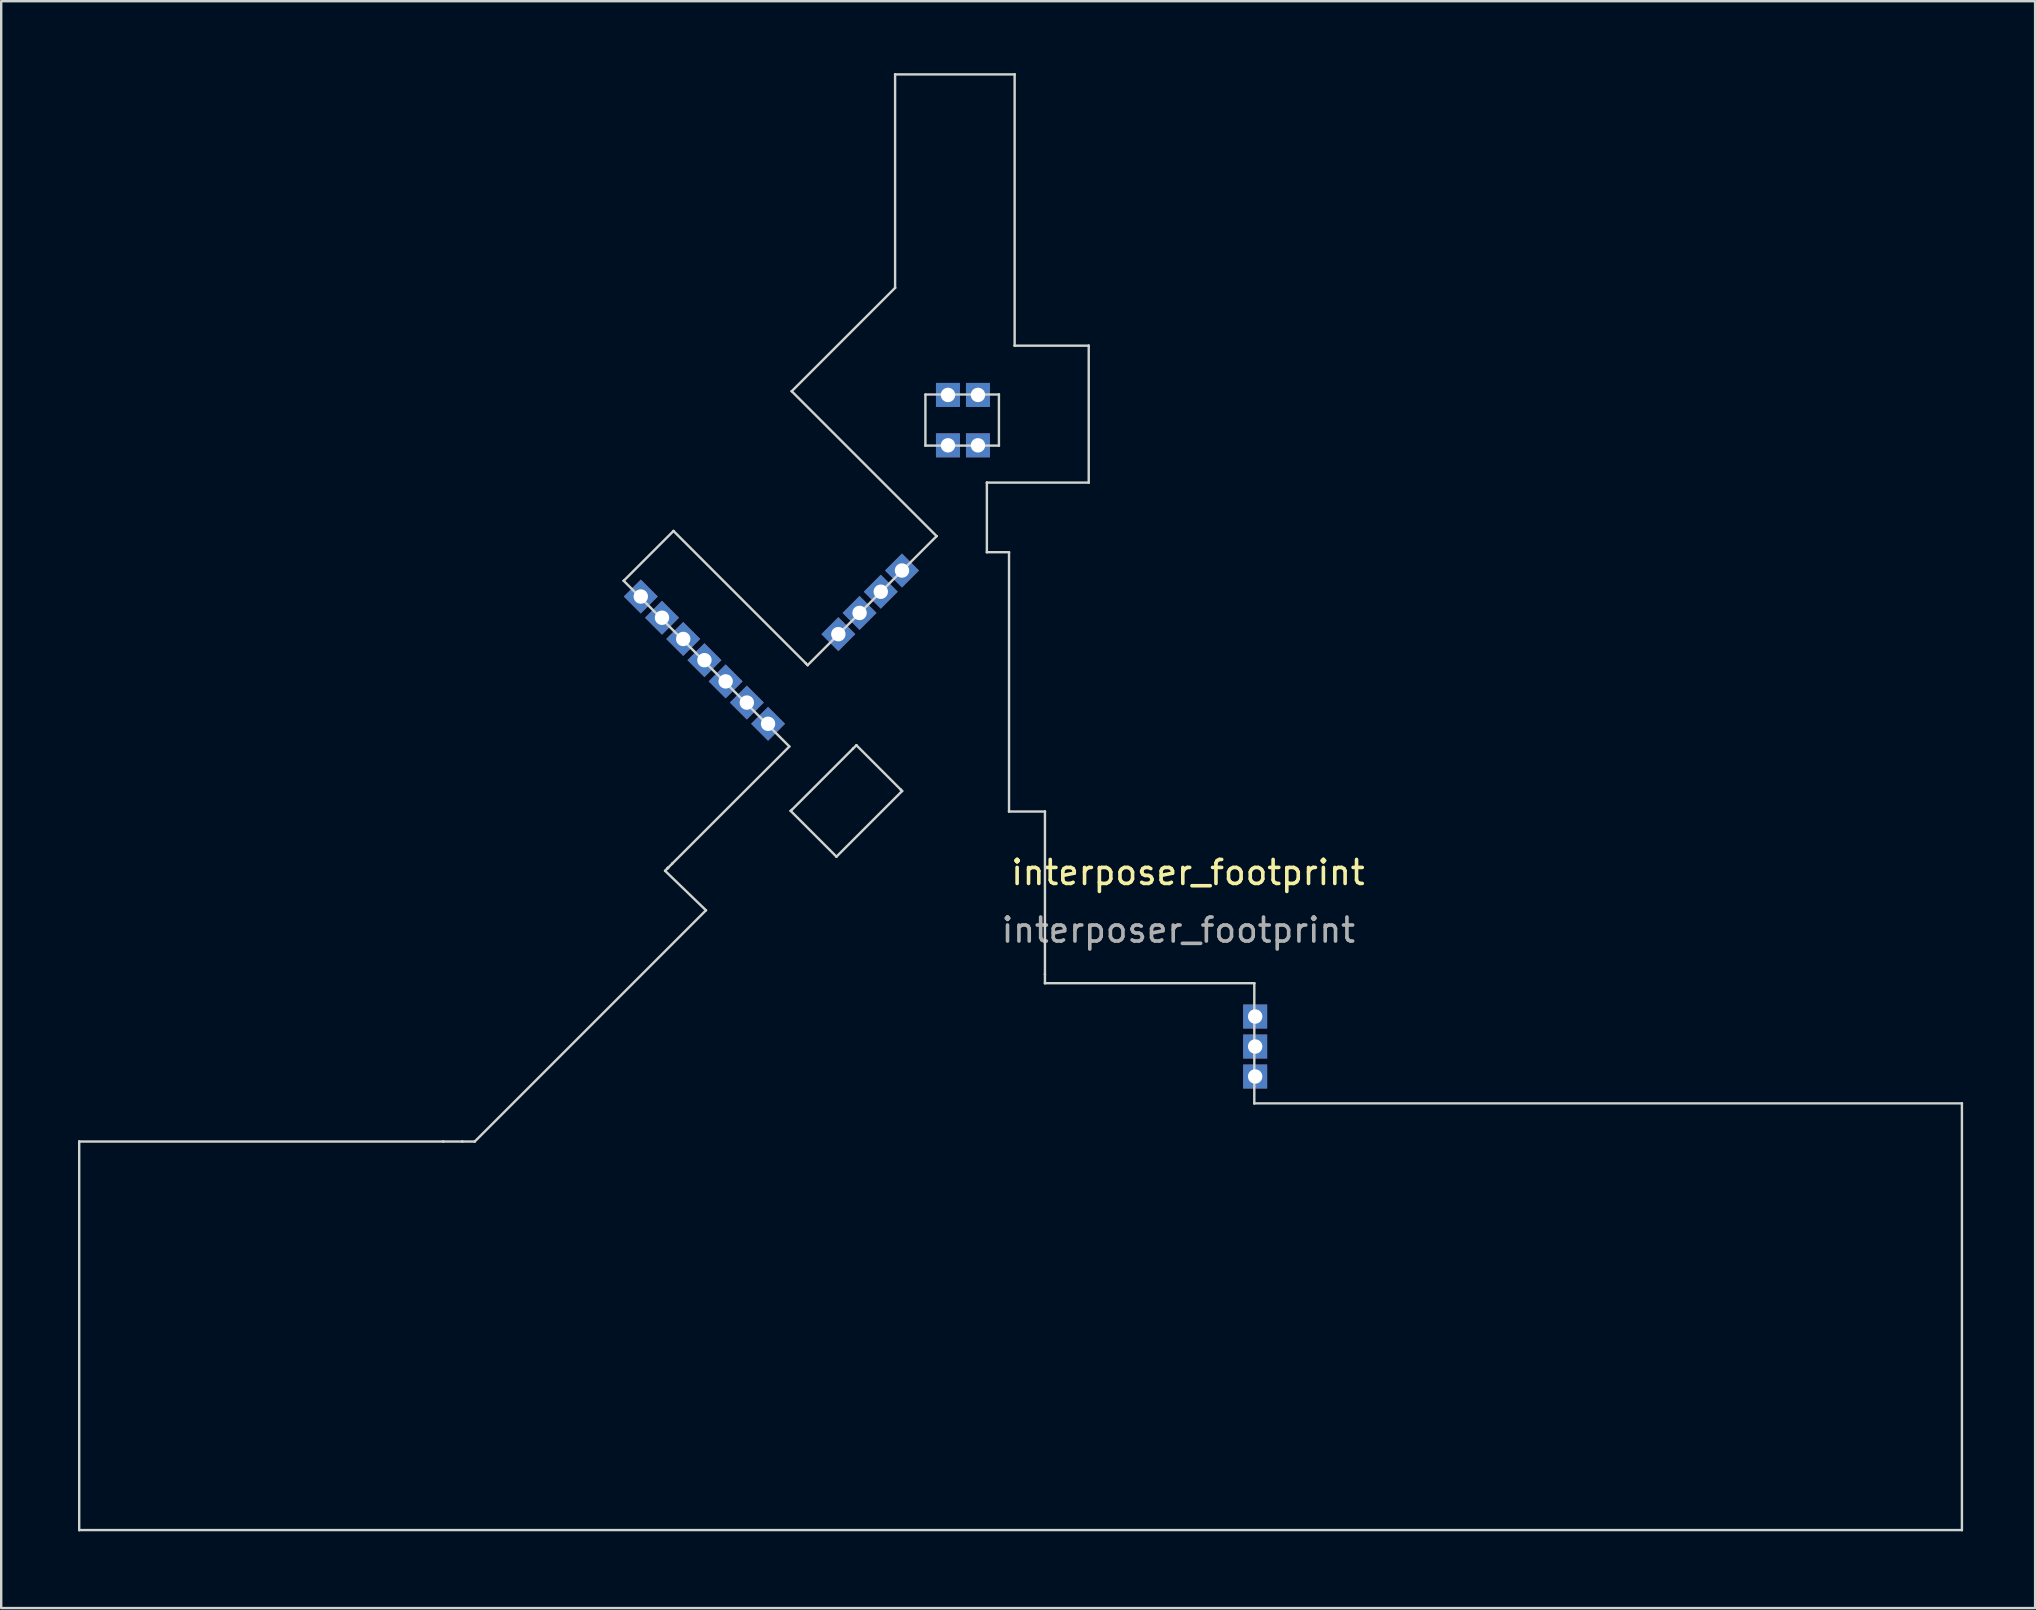
<source format=kicad_pcb>
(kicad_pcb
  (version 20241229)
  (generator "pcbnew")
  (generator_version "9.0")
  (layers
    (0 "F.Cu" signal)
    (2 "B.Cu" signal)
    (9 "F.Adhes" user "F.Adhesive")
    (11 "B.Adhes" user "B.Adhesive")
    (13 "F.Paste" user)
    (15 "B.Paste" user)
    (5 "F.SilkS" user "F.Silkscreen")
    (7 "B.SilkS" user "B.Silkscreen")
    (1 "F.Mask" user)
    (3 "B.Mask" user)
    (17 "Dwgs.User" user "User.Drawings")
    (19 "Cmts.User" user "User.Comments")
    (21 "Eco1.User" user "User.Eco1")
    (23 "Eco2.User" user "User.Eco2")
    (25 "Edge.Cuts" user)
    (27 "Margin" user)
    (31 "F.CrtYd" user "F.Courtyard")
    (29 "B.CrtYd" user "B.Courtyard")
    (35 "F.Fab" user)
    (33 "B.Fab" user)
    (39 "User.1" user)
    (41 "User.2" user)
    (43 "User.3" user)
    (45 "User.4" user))
  (footprint "interposer_footprint"
    (layer "F.Cu")
    (at 0.25 60.706)
    (property "Reference" "interposer_footprint" (at 46.2 -27.4 0) (unlocked yes) (layer "F.SilkS") (effects (font (size 1 1) (thickness 0.15))))
    (attr smd)
    (fp_line (start 0 -16.191) (end 0 -16.191) (stroke (width 0.1) (type solid)) (layer "Edge.Cuts"))
    (fp_line (start 0 -16.191) (end 15.171 -16.191) (stroke (width 0.1) (type solid)) (layer "Edge.Cuts"))
    (fp_line (start 0 0) (end 0 -16.191) (stroke (width 0.1) (type solid)) (layer "Edge.Cuts"))
    (fp_line (start 0 0) (end 0 0) (stroke (width 0.1) (type solid)) (layer "Edge.Cuts"))
    (fp_line (start 15.171 -16.191) (end 15.171 -16.191) (stroke (width 0.1) (type solid)) (layer "Edge.Cuts"))
    (fp_line (start 15.171 -16.191) (end 15.966 -16.191) (stroke (width 0.1) (type solid)) (layer "Edge.Cuts"))
    (fp_line (start 15.966 -16.191) (end 15.966 -16.191) (stroke (width 0.1) (type solid)) (layer "Edge.Cuts"))
    (fp_line (start 15.966 -16.191) (end 16.481 -16.191) (stroke (width 0.1) (type solid)) (layer "Edge.Cuts"))
    (fp_line (start 16.481 -16.191) (end 16.481 -16.191) (stroke (width 0.1) (type solid)) (layer "Edge.Cuts"))
    (fp_line (start 16.481 -16.191) (end 26.116 -25.826) (stroke (width 0.1) (type solid)) (layer "Edge.Cuts"))
    (fp_line (start 22.688 -39.555) (end 22.688 -39.555) (stroke (width 0.1) (type solid)) (layer "Edge.Cuts"))
    (fp_line (start 22.688 -39.555) (end 24.763 -41.631) (stroke (width 0.1) (type solid)) (layer "Edge.Cuts"))
    (fp_line (start 24.412 -27.471) (end 24.412 -27.471) (stroke (width 0.1) (type solid)) (layer "Edge.Cuts"))
    (fp_line (start 24.412 -27.471) (end 24.496 -27.556) (stroke (width 0.1) (type solid)) (layer "Edge.Cuts"))
    (fp_line (start 24.496 -27.556) (end 24.496 -27.556) (stroke (width 0.1) (type solid)) (layer "Edge.Cuts"))
    (fp_line (start 24.496 -27.556) (end 24.519 -27.579) (stroke (width 0.1) (type solid)) (layer "Edge.Cuts"))
    (fp_line (start 24.519 -27.579) (end 24.519 -27.579) (stroke (width 0.1) (type solid)) (layer "Edge.Cuts"))
    (fp_line (start 24.519 -27.579) (end 24.555 -27.615) (stroke (width 0.1) (type solid)) (layer "Edge.Cuts"))
    (fp_line (start 24.555 -27.615) (end 24.555 -27.615) (stroke (width 0.1) (type solid)) (layer "Edge.Cuts"))
    (fp_line (start 24.555 -27.615) (end 24.71 -27.77) (stroke (width 0.1) (type solid)) (layer "Edge.Cuts"))
    (fp_line (start 24.71 -27.77) (end 24.71 -27.77) (stroke (width 0.1) (type solid)) (layer "Edge.Cuts"))
    (fp_line (start 24.71 -27.77) (end 29.592 -32.651) (stroke (width 0.1) (type solid)) (layer "Edge.Cuts"))
    (fp_line (start 24.763 -41.631) (end 24.763 -41.631) (stroke (width 0.1) (type solid)) (layer "Edge.Cuts"))
    (fp_line (start 24.763 -41.631) (end 30.278 -36.116) (stroke (width 0.1) (type solid)) (layer "Edge.Cuts"))
    (fp_line (start 26.116 -25.826) (end 24.412 -27.471) (stroke (width 0.1) (type solid)) (layer "Edge.Cuts"))
    (fp_line (start 26.116 -25.826) (end 26.116 -25.826) (stroke (width 0.1) (type solid)) (layer "Edge.Cuts"))
    (fp_line (start 29.592 -32.651) (end 22.688 -39.555) (stroke (width 0.1) (type solid)) (layer "Edge.Cuts"))
    (fp_line (start 29.646 -29.967) (end 29.646 -29.967) (stroke (width 0.1) (type solid)) (layer "Edge.Cuts"))
    (fp_line (start 29.646 -29.967) (end 29.694 -30.012) (stroke (width 0.1) (type solid)) (layer "Edge.Cuts"))
    (fp_line (start 29.689 -47.454) (end 29.689 -47.454) (stroke (width 0.1) (type solid)) (layer "Edge.Cuts"))
    (fp_line (start 29.689 -47.454) (end 33.997 -51.761) (stroke (width 0.1) (type solid)) (layer "Edge.Cuts"))
    (fp_line (start 29.694 -30.012) (end 32.243 -32.562) (stroke (width 0.1) (type solid)) (layer "Edge.Cuts"))
    (fp_line (start 30.278 -36.116) (end 30.278 -36.116) (stroke (width 0.1) (type solid)) (layer "Edge.Cuts"))
    (fp_line (start 30.278 -36.116) (end 30.353 -36.041) (stroke (width 0.1) (type solid)) (layer "Edge.Cuts"))
    (fp_line (start 30.353 -36.041) (end 30.353 -36.041) (stroke (width 0.1) (type solid)) (layer "Edge.Cuts"))
    (fp_line (start 30.353 -36.041) (end 35.727 -41.416) (stroke (width 0.1) (type solid)) (layer "Edge.Cuts"))
    (fp_line (start 31.553 -28.06) (end 29.646 -29.967) (stroke (width 0.1) (type solid)) (layer "Edge.Cuts"))
    (fp_line (start 31.553 -28.06) (end 31.553 -28.06) (stroke (width 0.1) (type solid)) (layer "Edge.Cuts"))
    (fp_line (start 32.243 -32.562) (end 32.243 -32.562) (stroke (width 0.1) (type solid)) (layer "Edge.Cuts"))
    (fp_line (start 32.243 -32.562) (end 32.385 -32.703) (stroke (width 0.1) (type solid)) (layer "Edge.Cuts"))
    (fp_line (start 32.385 -32.703) (end 32.385 -32.703) (stroke (width 0.1) (type solid)) (layer "Edge.Cuts"))
    (fp_line (start 32.385 -32.703) (end 34.22 -30.867) (stroke (width 0.1) (type solid)) (layer "Edge.Cuts"))
    (fp_line (start 33.997 -60.656) (end 33.997 -60.656) (stroke (width 0.1) (type solid)) (layer "Edge.Cuts"))
    (fp_line (start 33.997 -60.656) (end 38.978 -60.656) (stroke (width 0.1) (type solid)) (layer "Edge.Cuts"))
    (fp_line (start 33.997 -51.761) (end 33.997 -60.656) (stroke (width 0.1) (type solid)) (layer "Edge.Cuts"))
    (fp_line (start 33.997 -51.761) (end 33.997 -51.761) (stroke (width 0.1) (type solid)) (layer "Edge.Cuts"))
    (fp_line (start 34.22 -30.867) (end 34.22 -30.867) (stroke (width 0.1) (type solid)) (layer "Edge.Cuts"))
    (fp_line (start 34.22 -30.867) (end 34.29 -30.797) (stroke (width 0.1) (type solid)) (layer "Edge.Cuts"))
    (fp_line (start 34.29 -30.797) (end 31.553 -28.06) (stroke (width 0.1) (type solid)) (layer "Edge.Cuts"))
    (fp_line (start 34.29 -30.797) (end 34.29 -30.797) (stroke (width 0.1) (type solid)) (layer "Edge.Cuts"))
    (fp_line (start 35.26 -47.318) (end 38.323 -47.318) (stroke (width 0.1) (type solid)) (layer "Edge.Cuts"))
    (fp_line (start 35.26 -45.19) (end 35.26 -47.318) (stroke (width 0.1) (type solid)) (layer "Edge.Cuts"))
    (fp_line (start 35.26 -45.19) (end 35.26 -45.19) (stroke (width 0.1) (type solid)) (layer "Edge.Cuts"))
    (fp_line (start 35.727 -41.416) (end 29.689 -47.454) (stroke (width 0.1) (type solid)) (layer "Edge.Cuts"))
    (fp_line (start 35.727 -41.416) (end 35.727 -41.416) (stroke (width 0.1) (type solid)) (layer "Edge.Cuts"))
    (fp_line (start 37.821 -43.647) (end 37.821 -43.647) (stroke (width 0.1) (type solid)) (layer "Edge.Cuts"))
    (fp_line (start 37.821 -43.647) (end 37.821 -40.747) (stroke (width 0.1) (type solid)) (layer "Edge.Cuts"))
    (fp_line (start 37.821 -40.747) (end 37.821 -40.747) (stroke (width 0.1) (type solid)) (layer "Edge.Cuts"))
    (fp_line (start 37.821 -40.747) (end 38.744 -40.747) (stroke (width 0.1) (type solid)) (layer "Edge.Cuts"))
    (fp_line (start 38.323 -47.318) (end 38.323 -47.318) (stroke (width 0.1) (type solid)) (layer "Edge.Cuts"))
    (fp_line (start 38.323 -47.318) (end 38.323 -45.19) (stroke (width 0.1) (type solid)) (layer "Edge.Cuts"))
    (fp_line (start 38.323 -45.19) (end 35.26 -45.19) (stroke (width 0.1) (type solid)) (layer "Edge.Cuts"))
    (fp_line (start 38.323 -45.19) (end 38.323 -45.19) (stroke (width 0.1) (type solid)) (layer "Edge.Cuts"))
    (fp_line (start 38.744 -40.747) (end 38.744 -40.747) (stroke (width 0.1) (type solid)) (layer "Edge.Cuts"))
    (fp_line (start 38.744 -40.747) (end 38.744 -29.942) (stroke (width 0.1) (type solid)) (layer "Edge.Cuts"))
    (fp_line (start 38.744 -29.942) (end 38.744 -29.942) (stroke (width 0.1) (type solid)) (layer "Edge.Cuts"))
    (fp_line (start 38.744 -29.942) (end 40.241 -29.942) (stroke (width 0.1) (type solid)) (layer "Edge.Cuts"))
    (fp_line (start 38.978 -60.656) (end 38.978 -60.656) (stroke (width 0.1) (type solid)) (layer "Edge.Cuts"))
    (fp_line (start 38.978 -60.656) (end 38.978 -49.353) (stroke (width 0.1) (type solid)) (layer "Edge.Cuts"))
    (fp_line (start 38.978 -49.353) (end 38.978 -49.353) (stroke (width 0.1) (type solid)) (layer "Edge.Cuts"))
    (fp_line (start 38.978 -49.353) (end 42.065 -49.353) (stroke (width 0.1) (type solid)) (layer "Edge.Cuts"))
    (fp_line (start 40.241 -29.942) (end 40.241 -29.942) (stroke (width 0.1) (type solid)) (layer "Edge.Cuts"))
    (fp_line (start 40.241 -29.942) (end 40.241 -23.16) (stroke (width 0.1) (type solid)) (layer "Edge.Cuts"))
    (fp_line (start 40.241 -23.16) (end 40.241 -23.16) (stroke (width 0.1) (type solid)) (layer "Edge.Cuts"))
    (fp_line (start 40.241 -23.16) (end 40.241 -22.787) (stroke (width 0.1) (type solid)) (layer "Edge.Cuts"))
    (fp_line (start 40.241 -22.787) (end 40.241 -22.787) (stroke (width 0.1) (type solid)) (layer "Edge.Cuts"))
    (fp_line (start 40.241 -22.787) (end 48.964 -22.787) (stroke (width 0.1) (type solid)) (layer "Edge.Cuts"))
    (fp_line (start 42.065 -49.353) (end 42.065 -49.353) (stroke (width 0.1) (type solid)) (layer "Edge.Cuts"))
    (fp_line (start 42.065 -49.353) (end 42.065 -43.647) (stroke (width 0.1) (type solid)) (layer "Edge.Cuts"))
    (fp_line (start 42.065 -43.647) (end 37.821 -43.647) (stroke (width 0.1) (type solid)) (layer "Edge.Cuts"))
    (fp_line (start 42.065 -43.647) (end 42.065 -43.647) (stroke (width 0.1) (type solid)) (layer "Edge.Cuts"))
    (fp_line (start 48.964 -22.787) (end 48.964 -22.787) (stroke (width 0.1) (type solid)) (layer "Edge.Cuts"))
    (fp_line (start 48.964 -22.787) (end 48.964 -17.781) (stroke (width 0.1) (type solid)) (layer "Edge.Cuts"))
    (fp_line (start 48.964 -17.781) (end 48.964 -17.781) (stroke (width 0.1) (type solid)) (layer "Edge.Cuts"))
    (fp_line (start 48.964 -17.781) (end 78.449 -17.781) (stroke (width 0.1) (type solid)) (layer "Edge.Cuts"))
    (fp_line (start 78.449 -17.781) (end 78.449 -17.781) (stroke (width 0.1) (type solid)) (layer "Edge.Cuts"))
    (fp_line (start 78.449 -17.781) (end 78.449 0) (stroke (width 0.1) (type solid)) (layer "Edge.Cuts"))
    (fp_line (start 78.449 0) (end 0 0) (stroke (width 0.1) (type solid)) (layer "Edge.Cuts"))
    (fp_line (start 78.449 0) (end 78.449 0) (stroke (width 0.1) (type solid)) (layer "Edge.Cuts"))
    (fp_text user "${REFERENCE}" (at 45.8 -25 0) (unlocked yes) (layer "F.Fab") (effects (font (size 1 1) (thickness 0.15))))
    (pad "1" thru_hole rect (at 31.632 -37.332 135) (size 1 1) (drill 0.6) (layers "*.Cu" "*.Mask"))
    (pad "1" thru_hole rect (at 32.516 -38.216 135) (size 1 1) (drill 0.6) (layers "*.Cu" "*.Mask"))
    (pad "1" thru_hole rect (at 33.4 -39.1 135) (size 1 1) (drill 0.6) (layers "*.Cu" "*.Mask"))
    (pad "1" thru_hole rect (at 34.284 -39.984 135) (size 1 1) (drill 0.6) (layers "*.Cu" "*.Mask"))
    (pad "1" thru_hole rect (at 36.2 -45.2 90) (size 1 1) (drill 0.6) (layers "*.Cu" "*.Mask"))
    (pad "1" thru_hole rect (at 37.45 -45.2 90) (size 1 1) (drill 0.6) (layers "*.Cu" "*.Mask"))
    (pad "2" thru_hole rect (at 23.4 -38.9 135) (size 1 1) (drill 0.6) (layers "*.Cu" "*.Mask"))
    (pad "2" thru_hole rect (at 24.284 -38.016 135) (size 1 1) (drill 0.6) (layers "*.Cu" "*.Mask"))
    (pad "2" thru_hole rect (at 25.168 -37.132 135) (size 1 1) (drill 0.6) (layers "*.Cu" "*.Mask"))
    (pad "2" thru_hole rect (at 26.052 -36.248 135) (size 1 1) (drill 0.6) (layers "*.Cu" "*.Mask"))
    (pad "2" thru_hole rect (at 26.936 -35.364 135) (size 1 1) (drill 0.6) (layers "*.Cu" "*.Mask"))
    (pad "2" thru_hole rect (at 27.819 -34.481 135) (size 1 1) (drill 0.6) (layers "*.Cu" "*.Mask"))
    (pad "2" thru_hole rect (at 28.703 -33.597 135) (size 1 1) (drill 0.6) (layers "*.Cu" "*.Mask"))
    (pad "3" thru_hole rect (at 49 -21.4 180) (size 1 1) (drill 0.6) (layers "*.Cu" "*.Mask"))
    (pad "3" thru_hole rect (at 49 -20.15 180) (size 1 1) (drill 0.6) (layers "*.Cu" "*.Mask"))
    (pad "3" thru_hole rect (at 49 -18.9 180) (size 1 1) (drill 0.6) (layers "*.Cu" "*.Mask"))
    (pad "4" thru_hole rect (at 36.2 -47.3 90) (size 1 1) (drill 0.6) (layers "*.Cu" "*.Mask"))
    (pad "4" thru_hole rect (at 37.45 -47.3 90) (size 1 1) (drill 0.6) (layers "*.Cu" "*.Mask")))
  (gr_rect
    (start -3 -3)
    (end 81.749 63.956)
    (stroke (width 0.1) (type default))
    (fill no)
    (layer "Edge.Cuts")))
</source>
